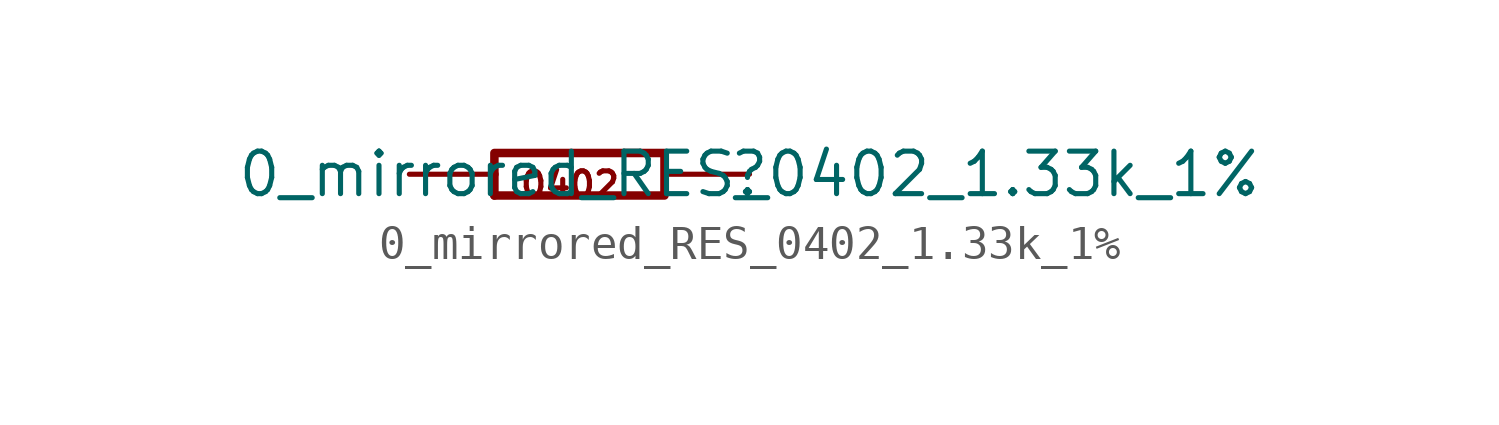
<source format=kicad_sym>
(kicad_symbol_lib
  (version 20211014)
  (generator kicad_symbol_editor)
  (symbol "0_mirrored_RES_0402_1.33k_1%"
    (property "Reference" ""
      (at 0 0 0)
      (effects (font (size 1.27 1.27))))
    (property "Value" "0_mirrored_RES_0402_1.33k_1%"
      (at 0 0 0)
      (effects (font (size 1.27 1.27))))
    (symbol "0_mirrored_RES_0402_1.33k_1%_1_0"
      (polyline (pts (xy -7.62 -0.635) (xy -7.62 0)) (stroke (width 0.254) (type default) (color 0 0 0 0)) (fill (type none)))
      (polyline (pts (xy -7.62 0) (xy -7.62 0.635) (xy -2.54 0.635) (xy -2.54 -0.635) (xy -7.62 -0.635)) (stroke (width 0.254) (type default) (color 0 0 0 0)) (fill (type none)))
      (text "0402" (at -3.81 -0.762 0) (effects (font (size 0.762 0.762)) (justify right bottom)))
      (pin passive line (at 0 0 180) (length 2.54) (name "1" (effects (font (size 0 0)))) (number "1" (effects (font (size 0 0)))))
      (pin passive line (at -10.16 0 0) (length 2.54) (name "2" (effects (font (size 0 0)))) (number "2" (effects (font (size 0 0))))))))
</source>
